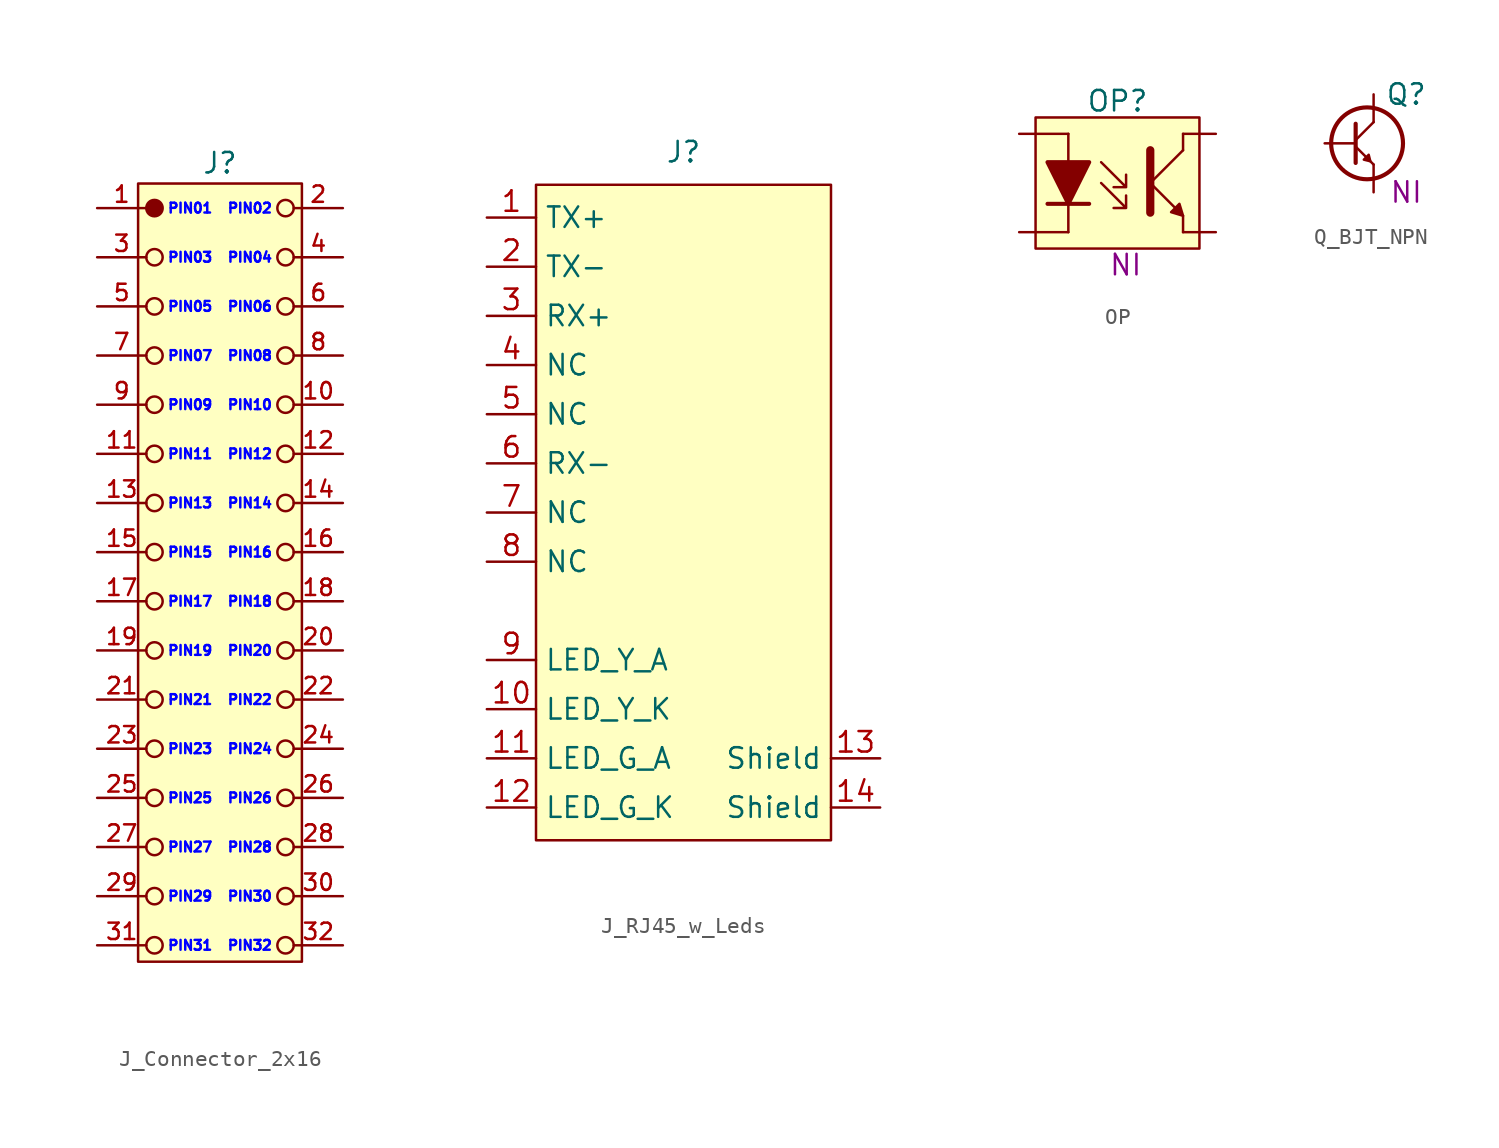
<source format=kicad_sym>
(kicad_symbol_lib
  (version 20241209)
  (generator "kicad_symbol_editor")
  (generator_version "9.0")
  (symbol "J_Connector_2x16"
    (pin_names
      (offset 0)
      (hide yes))
    (property "Reference" "J"
      (at 7.5 2.75 0)
      (do_not_autoplace)
      (effects (font (size 1.25 1.25))))
    (property "PIN_01" "PIN01"
      (at 4.25 0 0)
      (do_not_autoplace)
      (effects (font (size 0.6 0.6) (color 0 0 255 1)) (justify left)))
    (property "PIN_02" "PIN02"
      (at 10.75 0 0)
      (do_not_autoplace)
      (effects (font (size 0.6 0.6) (color 0 0 255 1)) (justify right)))
    (property "PIN_03" "PIN03"
      (at 4.25 -3 0)
      (do_not_autoplace)
      (effects (font (size 0.6 0.6) (color 0 0 255 1)) (justify left)))
    (property "PIN_04" "PIN04"
      (at 10.75 -3 0)
      (do_not_autoplace)
      (effects (font (size 0.6 0.6) (color 0 0 255 1)) (justify right)))
    (property "PIN_05" "PIN05"
      (at 4.25 -6 0)
      (do_not_autoplace)
      (effects (font (size 0.6 0.6) (color 0 0 255 1)) (justify left)))
    (property "PIN_06" "PIN06"
      (at 10.75 -6 0)
      (do_not_autoplace)
      (effects (font (size 0.6 0.6) (color 0 0 255 1)) (justify right)))
    (property "PIN_07" "PIN07"
      (at 4.25 -9 0)
      (do_not_autoplace)
      (effects (font (size 0.6 0.6) (color 0 0 255 1)) (justify left)))
    (property "PIN_08" "PIN08"
      (at 10.75 -9 0)
      (do_not_autoplace)
      (effects (font (size 0.6 0.6) (color 0 0 255 1)) (justify right)))
    (property "PIN_09" "PIN09"
      (at 4.25 -12 0)
      (do_not_autoplace)
      (effects (font (size 0.6 0.6) (color 0 0 255 1)) (justify left)))
    (property "PIN_10" "PIN10"
      (at 10.75 -12 0)
      (do_not_autoplace)
      (effects (font (size 0.6 0.6) (color 0 0 255 1)) (justify right)))
    (property "PIN_11" "PIN11"
      (at 4.25 -15 0)
      (do_not_autoplace)
      (effects (font (size 0.6 0.6) (color 0 0 255 1)) (justify left)))
    (property "PIN_12" "PIN12"
      (at 10.75 -15 0)
      (do_not_autoplace)
      (effects (font (size 0.6 0.6) (color 0 0 255 1)) (justify right)))
    (property "PIN_13" "PIN13"
      (at 4.25 -18 0)
      (do_not_autoplace)
      (effects (font (size 0.6 0.6) (color 0 0 255 1)) (justify left)))
    (property "PIN_14" "PIN14"
      (at 10.75 -18 0)
      (do_not_autoplace)
      (effects (font (size 0.6 0.6) (color 0 0 255 1)) (justify right)))
    (property "PIN_15" "PIN15"
      (at 4.25 -21 0)
      (do_not_autoplace)
      (effects (font (size 0.6 0.6) (color 0 0 255 1)) (justify left)))
    (property "PIN_16" "PIN16"
      (at 10.75 -21 0)
      (do_not_autoplace)
      (effects (font (size 0.6 0.6) (color 0 0 255 1)) (justify right)))
    (property "PIN_17" "PIN17"
      (at 4.25 -24 0)
      (effects (font (size 0.6 0.6) (color 0 0 255 1)) (justify left)))
    (property "PIN_18" "PIN18"
      (at 10.75 -24 0)
      (effects (font (size 0.6 0.6) (color 0 0 255 1)) (justify right)))
    (property "PIN_19" "PIN19"
      (at 4.25 -27 0)
      (effects (font (size 0.6 0.6) (color 0 0 255 1)) (justify left)))
    (property "PIN_20" "PIN20"
      (at 10.75 -27 0)
      (effects (font (size 0.6 0.6) (color 0 0 255 1)) (justify right)))
    (property "PIN_21" "PIN21"
      (at 4.25 -30 0)
      (effects (font (size 0.6 0.6) (color 0 0 255 1)) (justify left)))
    (property "PIN_22" "PIN22"
      (at 10.75 -30 0)
      (effects (font (size 0.6 0.6) (color 0 0 255 1)) (justify right)))
    (property "PIN_23" "PIN23"
      (at 4.25 -33 0)
      (effects (font (size 0.6 0.6) (color 0 0 255 1)) (justify left)))
    (property "PIN_24" "PIN24"
      (at 10.75 -33 0)
      (effects (font (size 0.6 0.6) (color 0 0 255 1)) (justify right)))
    (property "PIN_25" "PIN25"
      (at 4.25 -36 0)
      (effects (font (size 0.6 0.6) (color 0 0 255 1)) (justify left)))
    (property "PIN_26" "PIN26"
      (at 10.75 -36 0)
      (effects (font (size 0.6 0.6) (color 0 0 255 1)) (justify right)))
    (property "PIN_27" "PIN27"
      (at 4.25 -39 0)
      (effects (font (size 0.6 0.6) (color 0 0 255 1)) (justify left)))
    (property "PIN_28" "PIN28"
      (at 10.75 -39 0)
      (effects (font (size 0.6 0.6) (color 0 0 255 1)) (justify right)))
    (property "PIN_29" "PIN29"
      (at 4.25 -42 0)
      (effects (font (size 0.6 0.6) (color 0 0 255 1)) (justify left)))
    (property "PIN_30" "PIN30"
      (at 10.75 -42 0)
      (effects (font (size 0.6 0.6) (color 0 0 255 1)) (justify right)))
    (property "PIN_31" "PIN31"
      (at 4.25 -45 0)
      (effects (font (size 0.6 0.6) (color 0 0 255 1)) (justify left)))
    (property "PIN_32" "PIN32"
      (at 10.75 -45 0)
      (effects (font (size 0.6 0.6) (color 0 0 255 1)) (justify right)))
    (symbol "J_Connector_2x16_0_1"
      (circle (center 3.5 -3) (radius 0.5) (stroke (width 0) (type default)) (fill (type none)))
      (circle (center 3.5 -6) (radius 0.5) (stroke (width 0) (type default)) (fill (type none)))
      (circle (center 3.5 -9) (radius 0.5) (stroke (width 0) (type default)) (fill (type none)))
      (circle (center 3.5 -12) (radius 0.5) (stroke (width 0) (type default)) (fill (type none)))
      (circle (center 3.5 -15) (radius 0.5) (stroke (width 0) (type default)) (fill (type none)))
      (circle (center 3.5 -18) (radius 0.5) (stroke (width 0) (type default)) (fill (type none)))
      (circle (center 3.5 -21) (radius 0.5) (stroke (width 0) (type default)) (fill (type none)))
      (circle (center 3.5 -27) (radius 0.5) (stroke (width 0) (type default)) (fill (type none)))
      (circle (center 3.5 -30) (radius 0.5) (stroke (width 0) (type default)) (fill (type none)))
      (circle (center 3.5 -33) (radius 0.5) (stroke (width 0) (type default)) (fill (type none)))
      (circle (center 3.5 -36) (radius 0.5) (stroke (width 0) (type default)) (fill (type none)))
      (circle (center 3.5 -39) (radius 0.5) (stroke (width 0) (type default)) (fill (type none)))
      (circle (center 3.5 -42) (radius 0.5) (stroke (width 0) (type default)) (fill (type none)))
      (circle (center 3.5 -45) (radius 0.5) (stroke (width 0) (type default)) (fill (type none)))
      (circle (center 11.5 0) (radius 0.5) (stroke (width 0) (type default)) (fill (type none)))
      (circle (center 11.5 -3) (radius 0.5) (stroke (width 0) (type default)) (fill (type none)))
      (circle (center 11.5 -6) (radius 0.5) (stroke (width 0) (type default)) (fill (type none)))
      (circle (center 11.5 -9) (radius 0.5) (stroke (width 0) (type default)) (fill (type none)))
      (circle (center 11.5 -12) (radius 0.5) (stroke (width 0) (type default)) (fill (type none)))
      (circle (center 11.5 -15) (radius 0.5) (stroke (width 0) (type default)) (fill (type none)))
      (circle (center 11.5 -18) (radius 0.5) (stroke (width 0) (type default)) (fill (type none)))
      (circle (center 11.5 -21) (radius 0.5) (stroke (width 0) (type default)) (fill (type none)))
      (circle (center 11.5 -24) (radius 0.5) (stroke (width 0) (type default)) (fill (type none)))
      (circle (center 11.5 -27) (radius 0.5) (stroke (width 0) (type default)) (fill (type none)))
      (circle (center 11.5 -30) (radius 0.5) (stroke (width 0) (type default)) (fill (type none)))
      (circle (center 11.5 -33) (radius 0.5) (stroke (width 0) (type default)) (fill (type none)))
      (circle (center 11.5 -36) (radius 0.5) (stroke (width 0) (type default)) (fill (type none)))
      (circle (center 11.5 -39) (radius 0.5) (stroke (width 0) (type default)) (fill (type none)))
      (circle (center 11.5 -42) (radius 0.5) (stroke (width 0) (type default)) (fill (type none)))
      (circle (center 11.5 -45) (radius 0.5) (stroke (width 0) (type default)) (fill (type none))))
    (symbol "J_Connector_2x16_1_1"
      (rectangle (start 2.5 1.5) (end 12.5 -46) (stroke (width 0) (type default)) (fill (type background)))
      (circle (center 3.5 0) (radius 0.5) (stroke (width 0) (type default)) (fill (type outline)))
      (circle (center 3.5 -24) (radius 0.5) (stroke (width 0) (type default)) (fill (type none)))
      (pin passive line (at 0 0 0) (length 3) (name "1" (effects (font (size 1 1)))) (number "1" (effects (font (size 1 1)))))
      (pin passive line (at 0 -3 0) (length 3) (name "3" (effects (font (size 1 1)))) (number "3" (effects (font (size 1 1)))))
      (pin passive line (at 0 -6 0) (length 3) (name "5" (effects (font (size 1 1)))) (number "5" (effects (font (size 1 1)))))
      (pin passive line (at 0 -9 0) (length 3) (name "7" (effects (font (size 1 1)))) (number "7" (effects (font (size 1 1)))))
      (pin passive line (at 0 -12 0) (length 3) (name "9" (effects (font (size 1 1)))) (number "9" (effects (font (size 1 1)))))
      (pin passive line (at 0 -15 0) (length 3) (name "11" (effects (font (size 1 1)))) (number "11" (effects (font (size 1 1)))))
      (pin passive line (at 0 -18 0) (length 3) (name "13" (effects (font (size 1 1)))) (number "13" (effects (font (size 1 1)))))
      (pin passive line (at 0 -21 0) (length 3) (name "15" (effects (font (size 1 1)))) (number "15" (effects (font (size 1 1)))))
      (pin passive line (at 0 -24 0) (length 3) (name "17" (effects (font (size 1 1)))) (number "17" (effects (font (size 1 1)))))
      (pin passive line (at 0 -27 0) (length 3) (name "19" (effects (font (size 1 1)))) (number "19" (effects (font (size 1 1)))))
      (pin passive line (at 0 -30 0) (length 3) (name "21" (effects (font (size 1 1)))) (number "21" (effects (font (size 1 1)))))
      (pin passive line (at 0 -33 0) (length 3) (name "23" (effects (font (size 1 1)))) (number "23" (effects (font (size 1 1)))))
      (pin passive line (at 0 -36 0) (length 3) (name "25" (effects (font (size 1 1)))) (number "25" (effects (font (size 1 1)))))
      (pin passive line (at 0 -39 0) (length 3) (name "27" (effects (font (size 1 1)))) (number "27" (effects (font (size 1 1)))))
      (pin passive line (at 0 -42 0) (length 3) (name "29" (effects (font (size 1 1)))) (number "29" (effects (font (size 1 1)))))
      (pin passive line (at 0 -45 0) (length 3) (name "31" (effects (font (size 1 1)))) (number "31" (effects (font (size 1 1)))))
      (pin passive line (at 15 0 180) (length 3) (name "2" (effects (font (size 1 1)))) (number "2" (effects (font (size 1 1)))))
      (pin passive line (at 15 -3 180) (length 3) (name "4" (effects (font (size 1 1)))) (number "4" (effects (font (size 1 1)))))
      (pin passive line (at 15 -6 180) (length 3) (name "6" (effects (font (size 1 1)))) (number "6" (effects (font (size 1 1)))))
      (pin passive line (at 15 -9 180) (length 3) (name "8" (effects (font (size 1 1)))) (number "8" (effects (font (size 1 1)))))
      (pin passive line (at 15 -12 180) (length 3) (name "10" (effects (font (size 1 1)))) (number "10" (effects (font (size 1 1)))))
      (pin passive line (at 15 -15 180) (length 3) (name "12" (effects (font (size 1 1)))) (number "12" (effects (font (size 1 1)))))
      (pin passive line (at 15 -18 180) (length 3) (name "14" (effects (font (size 1 1)))) (number "14" (effects (font (size 1 1)))))
      (pin passive line (at 15 -21 180) (length 3) (name "16" (effects (font (size 1 1)))) (number "16" (effects (font (size 1 1)))))
      (pin passive line (at 15 -24 180) (length 3) (name "18" (effects (font (size 1 1)))) (number "18" (effects (font (size 1 1)))))
      (pin passive line (at 15 -27 180) (length 3) (name "20" (effects (font (size 1 1)))) (number "20" (effects (font (size 1 1)))))
      (pin passive line (at 15 -30 180) (length 3) (name "22" (effects (font (size 1 1)))) (number "22" (effects (font (size 1 1)))))
      (pin passive line (at 15 -33 180) (length 3) (name "24" (effects (font (size 1 1)))) (number "24" (effects (font (size 1 1)))))
      (pin passive line (at 15 -36 180) (length 3) (name "26" (effects (font (size 1 1)))) (number "26" (effects (font (size 1 1)))))
      (pin passive line (at 15 -39 180) (length 3) (name "28" (effects (font (size 1 1)))) (number "28" (effects (font (size 1 1)))))
      (pin passive line (at 15 -42 180) (length 3) (name "30" (effects (font (size 1 1)))) (number "30" (effects (font (size 1 1)))))
      (pin passive line (at 15 -45 180) (length 3) (name "32" (effects (font (size 1 1)))) (number "32" (effects (font (size 1 1)))))))
  (symbol "J_RJ45_w_Leds"
    (property "Reference" "J"
      (at 12 4 0)
      (do_not_autoplace)
      (effects (font (size 1.25 1.25))))
    (property "Part#" ""
      (at 0 0 0)
      (effects (font (size 1.25 1.25))))
    (property "Comments" ""
      (at 0 0 0)
      (effects (font (size 1.25 1.25))))
    (symbol "J_RJ45_w_Leds_1_1"
      (rectangle (start 3 2) (end 21 -38) (stroke (width 0) (type default)) (fill (type background)))
      (pin passive line (at 0 0 0) (length 3) (name "TX+" (effects (font (size 1.25 1.25)))) (number "1" (effects (font (size 1.25 1.25)))) (alternate "DA+" passive line))
      (pin passive line (at 0 -3 0) (length 3) (name "TX-" (effects (font (size 1.25 1.25)))) (number "2" (effects (font (size 1.25 1.25)))) (alternate "DA-" passive line))
      (pin passive line (at 0 -6 0) (length 3) (name "RX+" (effects (font (size 1.25 1.25)))) (number "3" (effects (font (size 1.25 1.25)))) (alternate "DB+" passive line))
      (pin passive line (at 0 -9 0) (length 3) (name "NC" (effects (font (size 1.25 1.25)))) (number "4" (effects (font (size 1.25 1.25)))) (alternate "DC+" passive line))
      (pin passive line (at 0 -12 0) (length 3) (name "NC" (effects (font (size 1.25 1.25)))) (number "5" (effects (font (size 1.25 1.25)))) (alternate "DC-" passive line))
      (pin passive line (at 0 -15 0) (length 3) (name "RX-" (effects (font (size 1.25 1.25)))) (number "6" (effects (font (size 1.25 1.25)))) (alternate "DB-" passive line))
      (pin passive line (at 0 -18 0) (length 3) (name "NC" (effects (font (size 1.25 1.25)))) (number "7" (effects (font (size 1.25 1.25)))) (alternate "DD+" passive line))
      (pin passive line (at 0 -21 0) (length 3) (name "NC" (effects (font (size 1.25 1.25)))) (number "8" (effects (font (size 1.25 1.25)))) (alternate "DD-" passive line))
      (pin passive line (at 0 -27 0) (length 3) (name "LED_Y_A" (effects (font (size 1.25 1.25)))) (number "9" (effects (font (size 1.25 1.25)))))
      (pin passive line (at 0 -30 0) (length 3) (name "LED_Y_K" (effects (font (size 1.25 1.25)))) (number "10" (effects (font (size 1.25 1.25)))))
      (pin passive line (at 0 -33 0) (length 3) (name "LED_G_A" (effects (font (size 1.25 1.25)))) (number "11" (effects (font (size 1.25 1.25)))))
      (pin passive line (at 0 -36 0) (length 3) (name "LED_G_K" (effects (font (size 1.25 1.25)))) (number "12" (effects (font (size 1.25 1.25)))))
      (pin passive line (at 24 -33 180) (length 3) (name "Shield" (effects (font (size 1.25 1.25)))) (number "13" (effects (font (size 1.25 1.25)))))
      (pin passive line (at 24 -36 180) (length 3) (name "Shield" (effects (font (size 1.25 1.25)))) (number "14" (effects (font (size 1.25 1.25)))))))
  (symbol "OP"
    (pin_numbers
      (hide yes))
    (pin_names
      (offset 0)
      (hide yes))
    (property "Reference" "OP"
      (at 6 2 0)
      (do_not_autoplace)
      (effects (font (size 1.25 1.25))))
    (property "Part#" "NI"
      (at 6.5 -8 0)
      (do_not_autoplace)
      (effects (font (size 1.25 1.25))))
    (symbol "OP_0_1"
      (polyline (pts (xy 1.73 -1.73) (xy 4.27 -1.73) (xy 3 -4.27) (xy 1.73 -1.73)) (stroke (width 0.254) (type default)) (fill (type outline)))
      (polyline (pts (xy 3 0) (xy 3 -6)) (stroke (width 0) (type default)) (fill (type none)))
      (polyline (pts (xy 3 -4.27) (xy 3 -1.73)) (stroke (width 0) (type default)) (fill (type none)))
      (polyline (pts (xy 5 -1.73) (xy 6.524 -3.254) (xy 6.524 -2.492) (xy 6.524 -3.254) (xy 5.762 -3.254)) (stroke (width 0) (type default)) (fill (type none)))
      (polyline (pts (xy 5 -3) (xy 6.524 -4.524) (xy 6.524 -3.762) (xy 6.524 -4.524) (xy 5.762 -4.524)) (stroke (width 0) (type default)) (fill (type none)))
      (polyline (pts (xy 8 -3) (xy 10 -1)) (stroke (width 0) (type default)) (fill (type none)))
      (polyline (pts (xy 8 -3) (xy 9.905 -4.905) (xy 9.905 -4.905)) (stroke (width 0) (type default)) (fill (type none)))
      (polyline (pts (xy 9.27 -4.778) (xy 9.778 -4.27) (xy 10 -5) (xy 9.27 -4.778) (xy 9.27 -4.778)) (stroke (width 0) (type default)) (fill (type outline)))
      (polyline (pts (xy 10 0) (xy 10 -1)) (stroke (width 0) (type default)) (fill (type none)))
      (polyline (pts (xy 10 -6) (xy 10 -5)) (stroke (width 0) (type default)) (fill (type none))))
    (symbol "OP_1_1"
      (rectangle (start 1 1) (end 11 -7) (stroke (width 0) (type default)) (fill (type background)))
      (polyline (pts (xy 1.73 -4.27) (xy 4.27 -4.27)) (stroke (width 0.25) (type default)) (fill (type none)))
      (polyline (pts (xy 8 -1) (xy 8 -4.81) (xy 8 -4.81)) (stroke (width 0.5) (type default)) (fill (type none)))
      (pin passive line (at 0 0 0) (length 3) (name "A" (effects (font (size 1.25 1.25)))) (number "A" (effects (font (size 1.25 1.25)))))
      (pin passive line (at 0 -6 0) (length 3) (name "K" (effects (font (size 1.25 1.25)))) (number "K" (effects (font (size 1.25 1.25)))))
      (pin passive line (at 12 0 180) (length 2) (name "C" (effects (font (size 1.25 1.25)))) (number "C" (effects (font (size 1.25 1.25)))))
      (pin passive line (at 12 -6 180) (length 2) (name "E" (effects (font (size 1.25 1.25)))) (number "E" (effects (font (size 1.25 1.25)))))))
  (symbol "Q_BJT_NPN"
    (pin_numbers
      (hide yes))
    (pin_names
      (offset 0)
      (hide yes))
    (property "Reference" "Q"
      (at 5 3 0)
      (do_not_autoplace)
      (effects (font (size 1.25 1.25))))
    (property "Part#" "NI"
      (at 5 -3 0)
      (do_not_autoplace)
      (effects (font (size 1.25 1.25))))
    (symbol "Q_BJT_NPN_0_1"
      (polyline (pts (xy 1.9 1.2) (xy 1.9 -1.2)) (stroke (width 0.254) (type default)) (fill (type none)))
      (polyline (pts (xy 1.9 0.2) (xy 3 1.3)) (stroke (width 0) (type default)) (fill (type none)))
      (polyline (pts (xy 1.9 -0.2) (xy 3 -1.3)) (stroke (width 0) (type default)) (fill (type none)))
      (polyline (pts (xy 2.4 -1) (xy 2.7 -0.7) (xy 2.8 -1.1) (xy 2.4 -1)) (stroke (width 0) (type default)) (fill (type outline)))
      (circle (center 2.6 0) (radius 2.202) (stroke (width 0.254) (type default)) (fill (type none))))
    (symbol "Q_BJT_NPN_1_1"
      (pin input line (at 0 0 0) (length 1.9) (name "B" (effects (font (size 1.25 1.25)))) (number "B" (effects (font (size 1.25 1.25)))))
      (pin passive line (at 3 3 270) (length 1.7) (name "C" (effects (font (size 1.25 1.25)))) (number "C" (effects (font (size 1.25 1.25)))))
      (pin passive line (at 3 -3 90) (length 1.7) (name "E" (effects (font (size 1.25 1.25)))) (number "E" (effects (font (size 1.25 1.25))))))))
</source>
